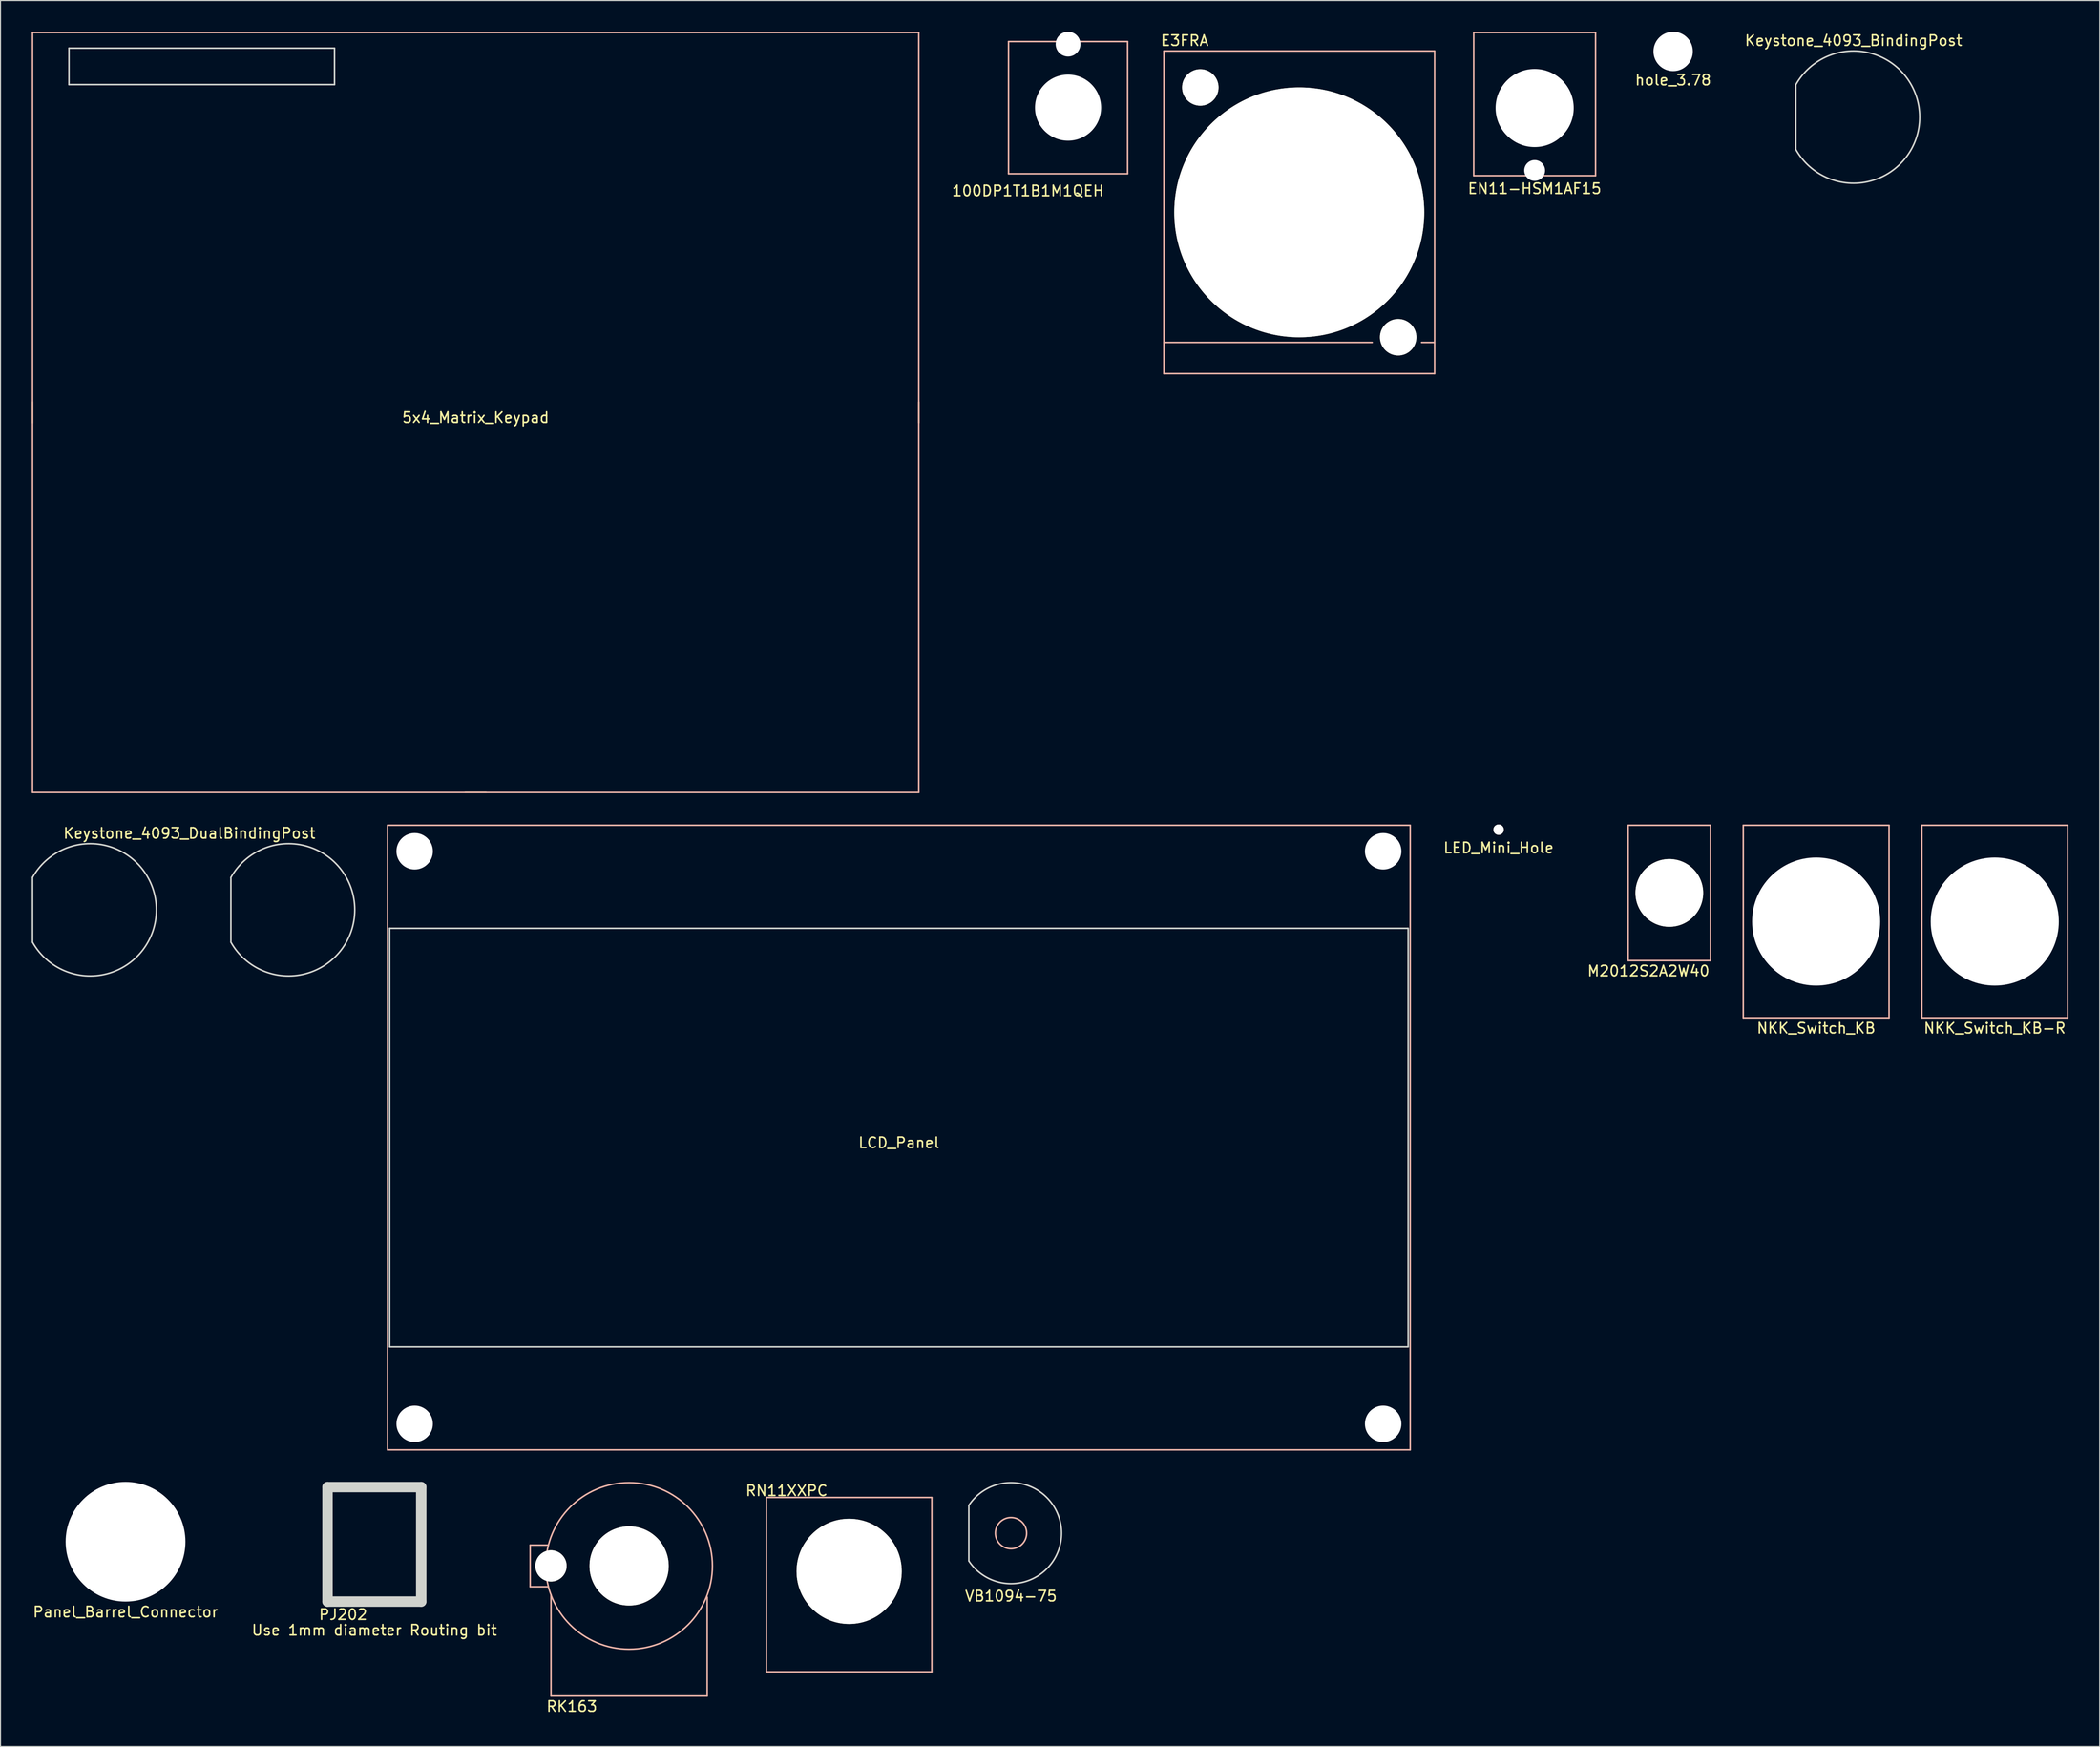
<source format=kicad_pcb>
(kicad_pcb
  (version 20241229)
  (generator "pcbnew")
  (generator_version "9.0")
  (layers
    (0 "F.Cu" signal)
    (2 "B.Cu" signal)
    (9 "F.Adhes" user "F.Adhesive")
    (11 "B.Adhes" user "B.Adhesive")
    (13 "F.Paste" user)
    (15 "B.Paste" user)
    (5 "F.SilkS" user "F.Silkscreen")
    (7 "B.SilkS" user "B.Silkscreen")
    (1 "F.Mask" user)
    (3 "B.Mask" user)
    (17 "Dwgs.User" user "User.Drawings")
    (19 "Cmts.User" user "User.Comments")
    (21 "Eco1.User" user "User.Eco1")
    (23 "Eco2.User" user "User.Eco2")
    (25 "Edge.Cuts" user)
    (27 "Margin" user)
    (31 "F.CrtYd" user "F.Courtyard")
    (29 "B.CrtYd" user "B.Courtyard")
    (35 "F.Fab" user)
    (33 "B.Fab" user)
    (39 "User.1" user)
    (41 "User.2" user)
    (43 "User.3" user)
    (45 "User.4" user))
  (footprint "hole_3.78"
    (layer "F.Cu")
    (at 157.614 1.89)
    (property "Reference" "hole_3.78" (at 0 2.75 0) (layer "F.SilkS") (effects (font (size 1 1) (thickness 0.15))))
    (attr through_hole)
    (pad "" np_thru_hole circle (at 0 0) (size 3.78 3.78) (drill 3.78) (layers "*.Cu" "*.Mask")))
  (footprint "Panel_Barrel_Connector"
    (layer "F.Cu")
    (at 9.006 145.05)
    (property "Reference" "Panel_Barrel_Connector" (at 0 6.75 0) (layer "F.SilkS") (effects (font (size 1 1) (thickness 0.15))))
    (attr through_hole)
    (pad "" np_thru_hole circle (at 0 0) (size 11.5 11.5) (drill 11.5) (layers "*.Cu" "*.Mask")))
  (footprint "5x4_Matrix_Keypad"
    (layer "F.Cu")
    (at 42.625 36.575)
    (property "Reference" "5x4_Matrix_Keypad" (at 0 0.5 0) (layer "F.SilkS") (effects (font (size 1 1) (thickness 0.15))))
    (attr through_hole)
    (fp_line (start -42.55 -1) (end -42.55 1) (stroke (width 0.15) (type solid)) (layer "F.SilkS"))
    (fp_line (start -1 36.5) (end 1 36.5) (stroke (width 0.15) (type solid)) (layer "F.SilkS"))
    (fp_line (start 42.55 1) (end 42.55 -1) (stroke (width 0.15) (type solid)) (layer "F.SilkS"))
    (fp_line (start -42.55 -36.5) (end 42.55 -36.5) (stroke (width 0.15) (type solid)) (layer "B.SilkS"))
    (fp_line (start -42.55 36.5) (end -42.55 -36.5) (stroke (width 0.15) (type solid)) (layer "B.SilkS"))
    (fp_line (start 42.55 -36.5) (end 42.55 36.5) (stroke (width 0.15) (type solid)) (layer "B.SilkS"))
    (fp_line (start 42.55 36.5) (end -42.55 36.5) (stroke (width 0.15) (type solid)) (layer "B.SilkS"))
    (fp_line (start -39.05 -35) (end -13.55 -35) (stroke (width 0.15) (type solid)) (layer "Edge.Cuts"))
    (fp_line (start -39.05 -31.5) (end -39.05 -35) (stroke (width 0.15) (type solid)) (layer "Edge.Cuts"))
    (fp_line (start -13.55 -35) (end -13.55 -31.5) (stroke (width 0.15) (type solid)) (layer "Edge.Cuts"))
    (fp_line (start -13.55 -31.5) (end -39.05 -31.5) (stroke (width 0.15) (type solid)) (layer "Edge.Cuts")))
  (footprint "NKK_Switch_KB"
    (layer "F.Cu")
    (at 171.347 85.475)
    (property "Reference" "NKK_Switch_KB" (at 0 10.25 0) (layer "F.SilkS") (effects (font (size 1 1) (thickness 0.15))))
    (attr through_hole)
    (fp_line (start -7 -9.25) (end 7 -9.25) (stroke (width 0.15) (type solid)) (layer "B.SilkS"))
    (fp_line (start -7 9.25) (end -7 -9.25) (stroke (width 0.15) (type solid)) (layer "B.SilkS"))
    (fp_line (start 7 -9.25) (end 7 9.25) (stroke (width 0.15) (type solid)) (layer "B.SilkS"))
    (fp_line (start 7 9.25) (end -7 9.25) (stroke (width 0.15) (type solid)) (layer "B.SilkS"))
    (pad "" np_thru_hole circle (at 0 0) (size 12.3 12.3) (drill 12.3) (layers "*.Cu" "*.Mask")))
  (footprint "Keystone_4093_BindingPost"
    (layer "F.Cu")
    (at 174.935 8.198)
    (property "Reference" "Keystone_4093_BindingPost" (at 0 -7.35 0) (layer "F.SilkS") (effects (font (size 1 1) (thickness 0.15))))
    (attr through_hole)
    (fp_line (start -5.54 -3.11) (end -5.54 3.11) (stroke (width 0.15) (type solid)) (layer "Edge.Cuts"))
    (fp_arc (start -5.54 -3.11) (mid 6.353242 -0.004587) (end -5.535503 3.117997) (stroke (width 0.15) (type solid)) (layer "Edge.Cuts")))
  (footprint "M2012S2A2W40"
    (layer "F.Cu")
    (at 157.247 82.725)
    (property "Reference" "M2012S2A2W40" (at -2 7.5 0) (layer "F.SilkS") (effects (font (size 1 1) (thickness 0.15))))
    (attr through_hole)
    (fp_line (start -3.95 -6.5) (end 3.95 -6.5) (stroke (width 0.15) (type solid)) (layer "B.SilkS"))
    (fp_line (start -3.95 6.5) (end -3.95 -6.5) (stroke (width 0.15) (type solid)) (layer "B.SilkS"))
    (fp_line (start 3.95 -6.5) (end 3.95 6.5) (stroke (width 0.15) (type solid)) (layer "B.SilkS"))
    (fp_line (start 3.95 6.5) (end -3.95 6.5) (stroke (width 0.15) (type solid)) (layer "B.SilkS"))
    (pad "" np_thru_hole circle (at 0 0) (size 6.5 6.5) (drill 6.5) (layers "*.Cu" "*.Mask" "F.SilkS")))
  (footprint "RN11XXPC"
    (layer "F.Cu")
    (at 78.489 147.898)
    (property "Reference" "RN11XXPC" (at -6 -7.75 0) (layer "F.SilkS") (effects (font (size 1 1) (thickness 0.15))))
    (attr through_hole)
    (fp_line (start -7.94 -7.1) (end 7.94 -7.1) (stroke (width 0.15) (type solid)) (layer "B.SilkS"))
    (fp_line (start -7.94 9.65) (end -7.94 -7.1) (stroke (width 0.15) (type solid)) (layer "B.SilkS"))
    (fp_line (start 7.94 -7.1) (end 7.94 9.65) (stroke (width 0.15) (type solid)) (layer "B.SilkS"))
    (fp_line (start 7.94 9.65) (end -7.94 9.65) (stroke (width 0.15) (type solid)) (layer "B.SilkS"))
    (pad "" np_thru_hole circle (at 0 0) (size 10.1 10.1) (drill 10.1) (layers "*.Cu" "*.Mask" "F.SilkS")))
  (footprint "LCD_Panel"
    (layer "F.Cu")
    (at 83.268 106.225)
    (property "Reference" "LCD_Panel" (at 0 0.5 0) (layer "F.SilkS") (effects (font (size 1 1) (thickness 0.15))))
    (attr through_hole)
    (fp_line (start -49.1 -30) (end 49.1 -30) (stroke (width 0.15) (type solid)) (layer "B.SilkS"))
    (fp_line (start -49.1 30) (end -49.1 -30) (stroke (width 0.15) (type solid)) (layer "B.SilkS"))
    (fp_line (start 49.1 -30) (end 49.1 30) (stroke (width 0.15) (type solid)) (layer "B.SilkS"))
    (fp_line (start 49.1 30) (end -49.1 30) (stroke (width 0.15) (type solid)) (layer "B.SilkS"))
    (fp_line (start -48.9 -20.1) (end 48.9 -20.1) (stroke (width 0.15) (type solid)) (layer "Edge.Cuts"))
    (fp_line (start -48.9 20.1) (end -48.9 -20.1) (stroke (width 0.15) (type solid)) (layer "Edge.Cuts"))
    (fp_line (start 48.9 -20.1) (end 48.9 20.1) (stroke (width 0.15) (type solid)) (layer "Edge.Cuts"))
    (fp_line (start 48.9 20.1) (end -48.9 20.1) (stroke (width 0.15) (type solid)) (layer "Edge.Cuts"))
    (pad "" np_thru_hole circle (at -46.5 -27.5) (size 3.5 3.5) (drill 3.5) (layers "*.Cu" "*.Mask"))
    (pad "" np_thru_hole circle (at -46.5 27.5) (size 3.5 3.5) (drill 3.5) (layers "*.Cu" "*.Mask"))
    (pad "" np_thru_hole circle (at 46.5 -27.5) (size 3.5 3.5) (drill 3.5) (layers "*.Cu" "*.Mask"))
    (pad "" np_thru_hole circle (at 46.5 27.5) (size 3.5 3.5) (drill 3.5) (layers "*.Cu" "*.Mask")))
  (footprint "E3FRA"
    (layer "F.Cu")
    (at 121.711 17.348)
    (property "Reference" "E3FRA" (at -11 -16.5 0) (layer "F.SilkS") (effects (font (size 1 1) (thickness 0.15))))
    (attr through_hole)
    (fp_line (start -13 -15.5) (end 13 -15.5) (stroke (width 0.15) (type solid)) (layer "B.SilkS"))
    (fp_line (start -13 12.5) (end 7 12.5) (stroke (width 0.15) (type solid)) (layer "B.SilkS"))
    (fp_line (start -13 15.5) (end -13 -15.5) (stroke (width 0.15) (type solid)) (layer "B.SilkS"))
    (fp_line (start 11.75 12.5) (end 13 12.5) (stroke (width 0.15) (type solid)) (layer "B.SilkS"))
    (fp_line (start 13 -15.5) (end 13 15.5) (stroke (width 0.15) (type solid)) (layer "B.SilkS"))
    (fp_line (start 13 15.5) (end -13 15.5) (stroke (width 0.15) (type solid)) (layer "B.SilkS"))
    (pad "" np_thru_hole circle (at -9.5 -12) (size 3.5 3.5) (drill 3.5) (layers "*.Cu" "*.Mask" "F.SilkS"))
    (pad "" np_thru_hole circle (at 0 0) (size 24 24) (drill 24) (layers "*.Cu" "*.Mask" "F.SilkS"))
    (pad "" np_thru_hole circle (at 9.5 12) (size 3.5 3.5) (drill 3.5) (layers "*.Cu" "*.Mask" "F.SilkS")))
  (footprint "NKK_Switch_KB-R"
    (layer "F.Cu")
    (at 188.497 85.475)
    (property "Reference" "NKK_Switch_KB-R" (at 0 10.25 0) (layer "F.SilkS") (effects (font (size 1 1) (thickness 0.15))))
    (attr through_hole)
    (fp_line (start -7 -9.25) (end 7 -9.25) (stroke (width 0.15) (type solid)) (layer "B.SilkS"))
    (fp_line (start -7 9.25) (end -7 -9.25) (stroke (width 0.15) (type solid)) (layer "B.SilkS"))
    (fp_line (start 7 -9.25) (end 7 9.25) (stroke (width 0.15) (type solid)) (layer "B.SilkS"))
    (fp_line (start 7 9.25) (end -7 9.25) (stroke (width 0.15) (type solid)) (layer "B.SilkS"))
    (pad "" np_thru_hole circle (at 0 0) (size 12.3 12.3) (drill 12.3) (layers "*.Cu" "*.Mask")))
  (footprint "EN11-HSM1AF15"
    (layer "F.Cu")
    (at 144.316 7.325)
    (property "Reference" "EN11-HSM1AF15" (at 0 7.75 0) (layer "F.SilkS") (effects (font (size 1 1) (thickness 0.15))))
    (attr through_hole)
    (fp_line (start -5.85 -7.25) (end 5.85 -7.25) (stroke (width 0.15) (type solid)) (layer "B.SilkS"))
    (fp_line (start -5.85 6.5) (end -5.85 -7.25) (stroke (width 0.15) (type solid)) (layer "B.SilkS"))
    (fp_line (start 5.85 -7.25) (end 5.85 6.5) (stroke (width 0.15) (type solid)) (layer "B.SilkS"))
    (fp_line (start 5.85 6.5) (end -5.85 6.5) (stroke (width 0.15) (type solid)) (layer "B.SilkS"))
    (pad "" np_thru_hole circle (at 0 0) (size 7.5 7.5) (drill 7.5) (layers "*.Cu" "*.Mask"))
    (pad "" np_thru_hole circle (at 0 6) (size 2 2) (drill 2) (layers "*.Cu" "*.Mask")))
  (footprint "100DP1T1B1M1QEH"
    (layer "F.Cu")
    (at 99.511 7.29)
    (property "Reference" "100DP1T1B1M1QEH" (at -3.85 8 0) (layer "F.SilkS") (effects (font (size 1 1) (thickness 0.15))))
    (attr through_hole)
    (fp_line (start -5.715 -6.35) (end 5.715 -6.35) (stroke (width 0.15) (type solid)) (layer "B.SilkS"))
    (fp_line (start -5.715 6.35) (end -5.715 -6.35) (stroke (width 0.15) (type solid)) (layer "B.SilkS"))
    (fp_line (start 5.715 -6.35) (end 5.715 6.35) (stroke (width 0.15) (type solid)) (layer "B.SilkS"))
    (fp_line (start 5.715 6.35) (end -5.715 6.35) (stroke (width 0.15) (type solid)) (layer "B.SilkS"))
    (pad "" np_thru_hole circle (at 0 -6.1) (size 2.38 2.38) (drill 2.38) (layers "*.Cu" "*.Mask"))
    (pad "" np_thru_hole circle (at 0 0) (size 6.35 6.35) (drill 6.35) (layers "*.Cu" "*.Mask")))
  (footprint "LED_Mini_Hole"
    (layer "F.Cu")
    (at 140.854 76.65)
    (property "Reference" "LED_Mini_Hole" (at 0 1.75 0) (layer "F.SilkS") (effects (font (size 1 1) (thickness 0.15))))
    (attr through_hole)
    (pad "" np_thru_hole circle (at 0 0) (size 1 1) (drill 1) (layers "*.Cu" "*.Mask" "F.SilkS")))
  (footprint "VB1094-75"
    (layer "F.Cu")
    (at 94.034 144.226)
    (property "Reference" "VB1094-75" (at 0 6.05 0) (layer "F.SilkS") (effects (font (size 1 1) (thickness 0.15))))
    (attr through_hole)
    (fp_circle (center 0 0) (end 1.5 0) (stroke (width 0.15) (type solid)) (fill no) (layer "B.SilkS"))
    (fp_line (start -4.05 -2.67) (end -4.05 2.67) (stroke (width 0.15) (type solid)) (layer "Edge.Cuts"))
    (fp_arc (start -4.05 -2.67) (mid 4.850909 -0.00887) (end -4.040209 2.684793) (stroke (width 0.15) (type solid)) (layer "Edge.Cuts")))
  (footprint "RK163"
    (layer "F.Cu")
    (at 57.361 147.375)
    (property "Reference" "RK163" (at -5.5 13.5 0) (layer "F.SilkS") (effects (font (size 1 1) (thickness 0.15))))
    (attr through_hole)
    (fp_line (start -9.5 -2) (end -9.5 2) (stroke (width 0.15) (type solid)) (layer "B.SilkS"))
    (fp_line (start -9.5 -2) (end -7.75 -2) (stroke (width 0.15) (type solid)) (layer "B.SilkS"))
    (fp_line (start -9.5 2) (end -7.75 2) (stroke (width 0.15) (type solid)) (layer "B.SilkS"))
    (fp_line (start -7.5 2.75) (end -7.5 12.5) (stroke (width 0.15) (type solid)) (layer "B.SilkS"))
    (fp_line (start -7.5 12.5) (end 7.5 12.5) (stroke (width 0.15) (type solid)) (layer "B.SilkS"))
    (fp_line (start 7.5 12.5) (end 7.5 3) (stroke (width 0.15) (type solid)) (layer "B.SilkS"))
    (fp_circle (center 0 0) (end 8 0) (stroke (width 0.15) (type solid)) (fill no) (layer "B.SilkS"))
    (pad "" np_thru_hole circle (at -7.5 0) (size 3 3) (drill 3) (layers "*.Cu" "*.Mask" "F.SilkS"))
    (pad "" np_thru_hole circle (at 0 0) (size 7.6 7.6) (drill 7.6) (layers "*.Cu" "*.Mask" "F.SilkS")))
  (footprint "PJ202"
    (layer "F.Cu")
    (at 32.899 144.3)
    (property "Reference" "PJ202" (at -3 7.75 0) (layer "F.SilkS") (effects (font (size 1 1) (thickness 0.15))))
    (attr through_hole)
    (fp_line (start -4.5 -4.5) (end 4.5 -4.5) (stroke (width 0.15) (type solid)) (layer "B.SilkS"))
    (fp_line (start -4.5 6.5) (end -4.5 -4.5) (stroke (width 0.15) (type solid)) (layer "B.SilkS"))
    (fp_line (start -4.5 6.5) (end 4.5 6.5) (stroke (width 0.15) (type solid)) (layer "B.SilkS"))
    (fp_line (start 4.5 -4.5) (end 4.5 6.5) (stroke (width 0.15) (type solid)) (layer "B.SilkS"))
    (fp_line (start -4.5 -4.5) (end -4.5 6.5) (stroke (width 1) (type solid)) (layer "Edge.Cuts"))
    (fp_line (start -4.5 6.5) (end 4.5 6.5) (stroke (width 1) (type solid)) (layer "Edge.Cuts"))
    (fp_line (start 4.5 -4.5) (end -4.5 -4.5) (stroke (width 1) (type solid)) (layer "Edge.Cuts"))
    (fp_line (start 4.5 6.5) (end 4.5 -4.5) (stroke (width 1) (type solid)) (layer "Edge.Cuts"))
    (fp_text user "Use 1mm diameter Routing bit" (at 0 9.25 0) (layer "F.SilkS") (effects (font (size 1 1) (thickness 0.15)))))
  (footprint "Keystone_4093_DualBindingPost"
    (layer "F.Cu")
    (at 15.14 84.348)
    (property "Reference" "Keystone_4093_DualBindingPost" (at 0 -7.35 0) (layer "F.SilkS") (effects (font (size 1 1) (thickness 0.15))))
    (attr through_hole)
    (fp_line (start -15.065 -3.11) (end -15.065 3.11) (stroke (width 0.15) (type solid)) (layer "Edge.Cuts"))
    (fp_line (start 3.985 -3.11) (end 3.985 3.11) (stroke (width 0.15) (type solid)) (layer "Edge.Cuts"))
    (fp_arc (start -15.065 -3.11) (mid -3.171758 -0.004587) (end -15.060503 3.117997) (stroke (width 0.15) (type solid)) (layer "Edge.Cuts"))
    (fp_arc (start 3.985 -3.11) (mid 15.878242 -0.004587) (end 3.989497 3.117997) (stroke (width 0.15) (type solid)) (layer "Edge.Cuts")))
  (gr_rect
    (start -3 -3)
    (end 198.572 164.723)
    (stroke (width 0.1) (type default))
    (fill no)
    (layer "Edge.Cuts")))
</source>
